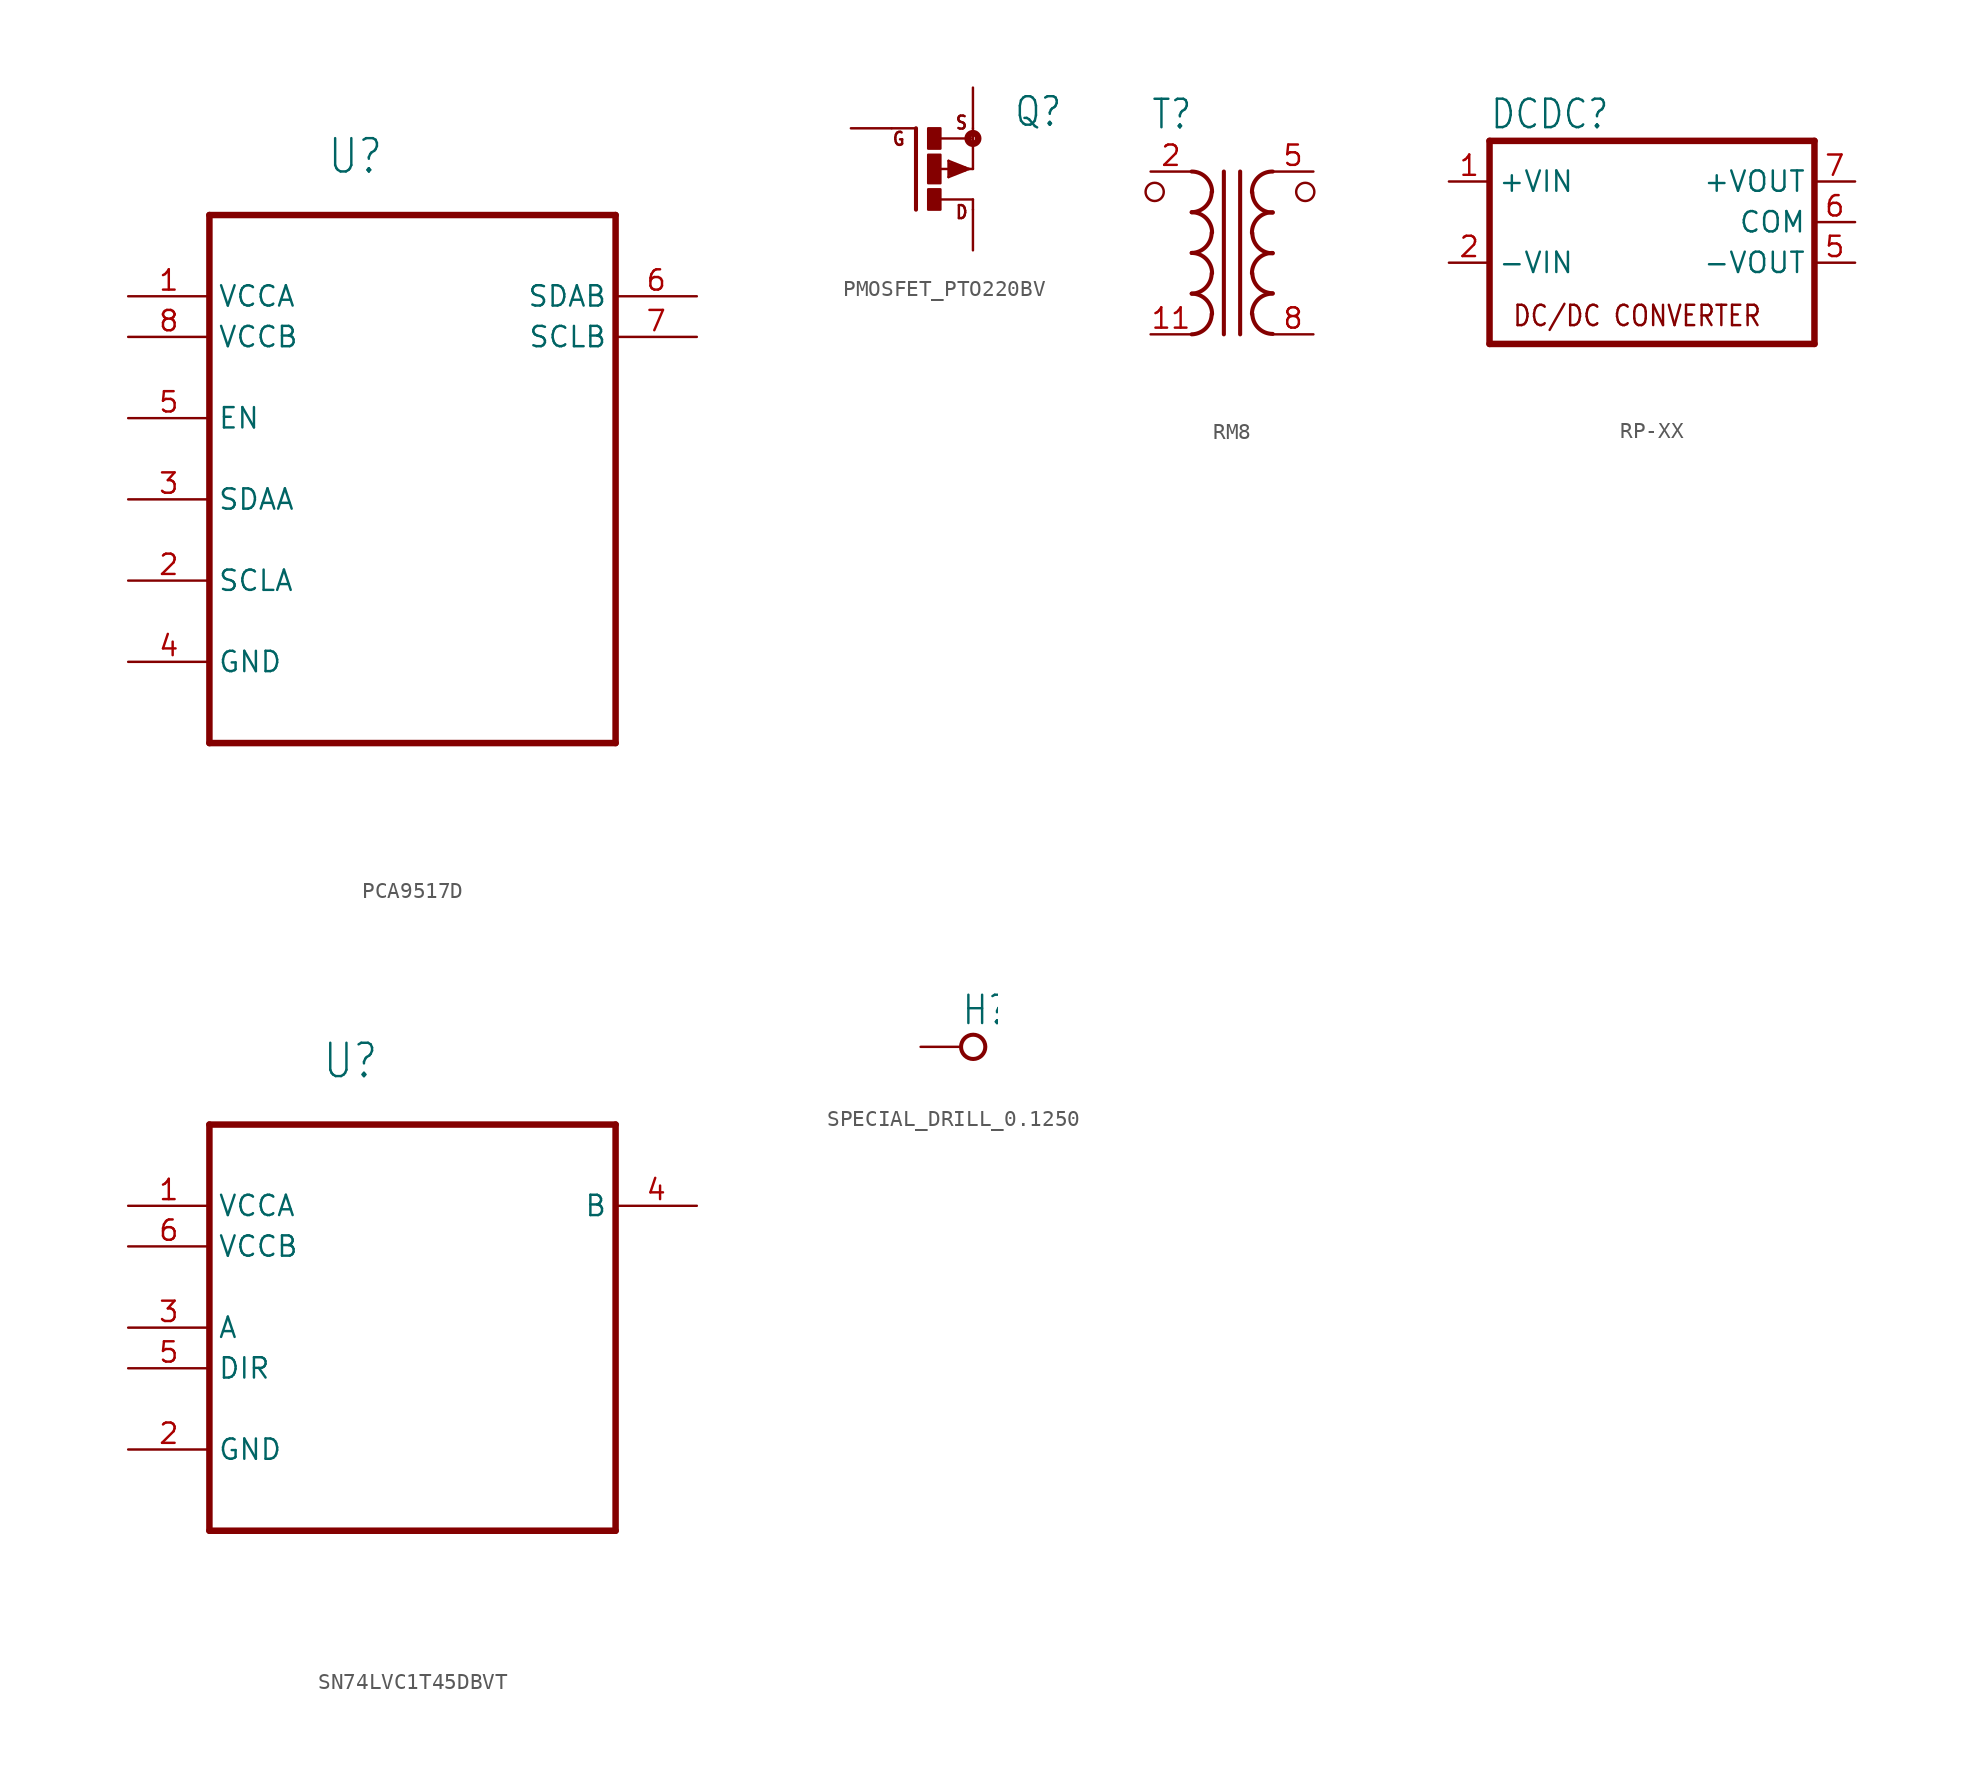
<source format=kicad_sym>
(kicad_symbol_lib
  (version 20231120)
  (generator "kicad_symbol_editor")
  (generator_version "8.0")
  (symbol "PCA9517D"
    (property "Reference" "U"
      (at -5.359 15.164 0)
      (effects (font (size 2.083 1.77)) (justify left bottom)))
    (property "Value" ""
      (at -3.277 -24.282 0)
      (effects (font (size 2.083 1.77)) (justify left bottom)))
    (property "ki_locked" ""
      (at 0 0 0)
      (effects (font (size 1.27 1.27))))
    (symbol "PCA9517D_1_0"
      (polyline (pts (xy -12.7 -20.32) (xy 12.7 -20.32)) (stroke (width 0.406) (type solid)) (fill (type none)))
      (polyline (pts (xy -12.7 12.7) (xy -12.7 -20.32)) (stroke (width 0.406) (type solid)) (fill (type none)))
      (polyline (pts (xy 12.7 -20.32) (xy 12.7 12.7)) (stroke (width 0.406) (type solid)) (fill (type none)))
      (polyline (pts (xy 12.7 12.7) (xy -12.7 12.7)) (stroke (width 0.406) (type solid)) (fill (type none)))
      (pin power_in line (at -17.78 7.62 0) (length 5.08) (name "VCCA" (effects (font (size 1.27 1.27)))) (number "1" (effects (font (size 1.27 1.27)))))
      (pin input line (at -17.78 -10.16 0) (length 5.08) (name "SCLA" (effects (font (size 1.27 1.27)))) (number "2" (effects (font (size 1.27 1.27)))))
      (pin input line (at -17.78 -5.08 0) (length 5.08) (name "SDAA" (effects (font (size 1.27 1.27)))) (number "3" (effects (font (size 1.27 1.27)))))
      (pin passive line (at -17.78 -15.24 0) (length 5.08) (name "GND" (effects (font (size 1.27 1.27)))) (number "4" (effects (font (size 1.27 1.27)))))
      (pin input line (at -17.78 0 0) (length 5.08) (name "EN" (effects (font (size 1.27 1.27)))) (number "5" (effects (font (size 1.27 1.27)))))
      (pin output line (at 17.78 7.62 180) (length 5.08) (name "SDAB" (effects (font (size 1.27 1.27)))) (number "6" (effects (font (size 1.27 1.27)))))
      (pin output line (at 17.78 5.08 180) (length 5.08) (name "SCLB" (effects (font (size 1.27 1.27)))) (number "7" (effects (font (size 1.27 1.27)))))
      (pin power_in line (at -17.78 5.08 0) (length 5.08) (name "VCCB" (effects (font (size 1.27 1.27)))) (number "8" (effects (font (size 1.27 1.27)))))))
  (symbol "PMOSFET_PTO220BV"
    (property "Reference" "Q"
      (at 5.08 2.54 0)
      (effects (font (size 1.778 1.511)) (justify left bottom)))
    (property "Value" ""
      (at 5.08 0 0)
      (effects (font (size 1.778 1.511)) (justify left bottom)))
    (property "ki_locked" ""
      (at 0 0 0)
      (effects (font (size 1.27 1.27))))
    (symbol "PMOSFET_PTO220BV_1_0"
      (rectangle (start -0.254 -2.54) (end 0.508 -1.27) (stroke (width 0) (type default)) (fill (type outline)))
      (rectangle (start -0.254 -0.889) (end 0.508 0.889) (stroke (width 0) (type default)) (fill (type outline)))
      (rectangle (start -0.254 1.27) (end 0.508 2.54) (stroke (width 0) (type default)) (fill (type outline)))
      (polyline (pts (xy -1.016 2.54) (xy -2.54 2.54)) (stroke (width 0.152) (type solid)) (fill (type none)))
      (polyline (pts (xy -1.016 2.54) (xy -1.016 -2.54)) (stroke (width 0.254) (type solid)) (fill (type none)))
      (polyline (pts (xy 1.016 -0.508) (xy 1.016 0.508)) (stroke (width 0.152) (type solid)) (fill (type none)))
      (polyline (pts (xy 1.016 0.508) (xy 2.286 0)) (stroke (width 0.152) (type solid)) (fill (type none)))
      (polyline (pts (xy 1.143 -0.254) (xy 1.143 0)) (stroke (width 0.305) (type solid)) (fill (type none)))
      (polyline (pts (xy 1.143 0) (xy 0.254 0)) (stroke (width 0.152) (type solid)) (fill (type none)))
      (polyline (pts (xy 1.143 0) (xy 1.397 0)) (stroke (width 0.305) (type solid)) (fill (type none)))
      (polyline (pts (xy 1.143 0.254) (xy 2.032 0)) (stroke (width 0.305) (type solid)) (fill (type none)))
      (polyline (pts (xy 2.032 0) (xy 1.143 -0.254)) (stroke (width 0.305) (type solid)) (fill (type none)))
      (polyline (pts (xy 2.235 0) (xy 2.286 0)) (stroke (width 0.152) (type solid)) (fill (type none)))
      (polyline (pts (xy 2.286 0) (xy 1.016 -0.508)) (stroke (width 0.152) (type solid)) (fill (type none)))
      (polyline (pts (xy 2.286 0) (xy 2.54 0)) (stroke (width 0.152) (type solid)) (fill (type none)))
      (polyline (pts (xy 2.54 -2.54) (xy 2.54 -1.905)) (stroke (width 0.152) (type solid)) (fill (type none)))
      (polyline (pts (xy 2.54 -1.905) (xy 0.533 -1.905)) (stroke (width 0.152) (type solid)) (fill (type none)))
      (polyline (pts (xy 2.54 0) (xy 2.54 1.905)) (stroke (width 0.152) (type solid)) (fill (type none)))
      (polyline (pts (xy 2.54 1.905) (xy 0.508 1.905)) (stroke (width 0.152) (type solid)) (fill (type none)))
      (polyline (pts (xy 2.54 2.54) (xy 2.54 1.905)) (stroke (width 0.152) (type solid)) (fill (type none)))
      (circle (center 2.54 1.905) (radius 0.127) (stroke (width 0.406) (type solid)) (fill (type none)))
      (text "D" (at 1.397 -3.175 0) (effects (font (size 0.813 0.691)) (justify left bottom)))
      (text "G" (at -2.54 1.397 0) (effects (font (size 0.813 0.691)) (justify left bottom)))
      (text "S" (at 1.397 2.413 0) (effects (font (size 0.813 0.691)) (justify left bottom)))
      (pin passive line (at 2.54 -5.08 90) (length 2.54) (name "D" (effects (font (size 0 0)))) (number "D" (effects (font (size 0 0)))))
      (pin passive line (at -5.08 2.54 0) (length 2.54) (name "G" (effects (font (size 0 0)))) (number "G" (effects (font (size 0 0)))))
      (pin passive line (at 2.54 5.08 270) (length 2.54) (name "S" (effects (font (size 0 0)))) (number "S" (effects (font (size 0 0)))))))
  (symbol "RM8"
    (property "Reference" "T"
      (at -5.08 7.62 0)
      (effects (font (size 1.778 1.511)) (justify left bottom)))
    (property "Value" ""
      (at -5.08 -8.255 0)
      (effects (font (size 1.778 1.511)) (justify left bottom)))
    (property "ki_locked" ""
      (at 0 0 0)
      (effects (font (size 1.27 1.27))))
    (symbol "RM8_1_0"
      (circle (center -4.826 3.81) (radius 0.568) (stroke (width 0) (type solid)) (fill (type none)))
      (arc (start -2.5146 -5.0797) (mid -1.633 -4.699) (end -1.2697 -3.81) (stroke (width 0.254) (type solid)) (fill (type none)))
      (arc (start -2.5146 -2.5397) (mid -1.633 -2.159) (end -1.2697 -1.27) (stroke (width 0.254) (type solid)) (fill (type none)))
      (arc (start -2.5146 0.0003) (mid -1.633 0.381) (end -1.2699 1.2699) (stroke (width 0.254) (type solid)) (fill (type none)))
      (arc (start -2.5146 2.5403) (mid -1.633 2.921) (end -1.2699 3.8099) (stroke (width 0.254) (type solid)) (fill (type none)))
      (arc (start -1.2446 -3.81) (mid -1.6166 -2.912) (end -2.5146 -2.54) (stroke (width 0.254) (type solid)) (fill (type none)))
      (arc (start -1.2446 -1.27) (mid -1.6166 -0.372) (end -2.5146 0) (stroke (width 0.254) (type solid)) (fill (type none)))
      (arc (start -1.2446 1.27) (mid -1.6166 2.168) (end -2.5146 2.54) (stroke (width 0.254) (type solid)) (fill (type none)))
      (arc (start -1.2446 3.81) (mid -1.6166 4.708) (end -2.5146 5.08) (stroke (width 0.254) (type solid)) (fill (type none)))
      (polyline (pts (xy -0.508 5.08) (xy -0.508 -5.08)) (stroke (width 0.254) (type solid)) (fill (type none)))
      (polyline (pts (xy 0.508 -5.08) (xy 0.508 5.08)) (stroke (width 0.254) (type solid)) (fill (type none)))
      (arc (start 1.27 -3.81) (mid 1.6509 -4.6916) (end 2.5401 -5.0545) (stroke (width 0.254) (type solid)) (fill (type none)))
      (arc (start 1.27 -1.27) (mid 1.6509 -2.1516) (end 2.5401 -2.5145) (stroke (width 0.254) (type solid)) (fill (type none)))
      (arc (start 1.27 1.2446) (mid 1.642 0.3466) (end 2.54 -0.0254) (stroke (width 0.254) (type solid)) (fill (type none)))
      (arc (start 1.27 3.7846) (mid 1.642 2.8866) (end 2.54 2.5146) (stroke (width 0.254) (type solid)) (fill (type none)))
      (arc (start 2.5399 -2.5403) (mid 1.6254 -2.903) (end 1.2443 -3.81) (stroke (width 0.254) (type solid)) (fill (type none)))
      (arc (start 2.5399 -0.0003) (mid 1.6254 -0.363) (end 1.2443 -1.27) (stroke (width 0.254) (type solid)) (fill (type none)))
      (arc (start 2.5399 2.5397) (mid 1.6163 2.1678) (end 1.2446 1.2441) (stroke (width 0.254) (type solid)) (fill (type none)))
      (arc (start 2.5399 5.0797) (mid 1.6163 4.7078) (end 1.2446 3.7841) (stroke (width 0.254) (type solid)) (fill (type none)))
      (circle (center 4.572 3.81) (radius 0.568) (stroke (width 0) (type solid)) (fill (type none)))
      (pin passive line (at -5.08 -5.08 0) (length 2.54) (name "P2" (effects (font (size 0 0)))) (number "11" (effects (font (size 1.27 1.27)))))
      (pin passive line (at -5.08 5.08 0) (length 2.54) (name "P1" (effects (font (size 0 0)))) (number "2" (effects (font (size 1.27 1.27)))))
      (pin passive line (at 5.08 5.08 180) (length 2.54) (name "S1" (effects (font (size 0 0)))) (number "5" (effects (font (size 1.27 1.27)))))
      (pin passive line (at 5.08 -5.08 180) (length 2.54) (name "S2" (effects (font (size 0 0)))) (number "8" (effects (font (size 1.27 1.27)))))))
  (symbol "RP-XX"
    (property "Reference" "DCDC"
      (at -10.16 5.715 0)
      (effects (font (size 1.778 1.511)) (justify left bottom)))
    (property "Value" ""
      (at -10.16 -10.16 0)
      (effects (font (size 1.778 1.511)) (justify left bottom)))
    (property "ki_locked" ""
      (at 0 0 0)
      (effects (font (size 1.27 1.27))))
    (symbol "RP-XX_1_0"
      (polyline (pts (xy -10.16 -7.62) (xy -10.16 5.08)) (stroke (width 0.406) (type solid)) (fill (type none)))
      (polyline (pts (xy -10.16 5.08) (xy 10.16 5.08)) (stroke (width 0.406) (type solid)) (fill (type none)))
      (polyline (pts (xy 10.16 -7.62) (xy -10.16 -7.62)) (stroke (width 0.406) (type solid)) (fill (type none)))
      (polyline (pts (xy 10.16 5.08) (xy 10.16 -7.62)) (stroke (width 0.406) (type solid)) (fill (type none)))
      (text "DC/DC CONVERTER" (at -8.763 -6.604 0) (effects (font (size 1.27 1.079)) (justify left bottom)))
      (pin passive line (at -12.7 2.54 0) (length 2.54) (name "+VIN" (effects (font (size 1.27 1.27)))) (number "1" (effects (font (size 1.27 1.27)))))
      (pin passive line (at -12.7 -2.54 0) (length 2.54) (name "-VIN" (effects (font (size 1.27 1.27)))) (number "2" (effects (font (size 1.27 1.27)))))
      (pin passive line (at 12.7 -2.54 180) (length 2.54) (name "-VOUT" (effects (font (size 1.27 1.27)))) (number "5" (effects (font (size 1.27 1.27)))))
      (pin passive line (at 12.7 0 180) (length 2.54) (name "COM" (effects (font (size 1.27 1.27)))) (number "6" (effects (font (size 1.27 1.27)))))
      (pin passive line (at 12.7 2.54 180) (length 2.54) (name "+VOUT" (effects (font (size 1.27 1.27)))) (number "7" (effects (font (size 1.27 1.27)))))))
  (symbol "SN74LVC1T45DBVT"
    (property "Reference" "U"
      (at -5.664 12.929 0)
      (effects (font (size 2.083 1.77)) (justify left bottom)))
    (property "Value" ""
      (at -4.547 -20.041 0)
      (effects (font (size 2.083 1.77)) (justify left bottom)))
    (property "ki_locked" ""
      (at 0 0 0)
      (effects (font (size 1.27 1.27))))
    (symbol "SN74LVC1T45DBVT_1_0"
      (polyline (pts (xy -12.7 -15.24) (xy 12.7 -15.24)) (stroke (width 0.406) (type solid)) (fill (type none)))
      (polyline (pts (xy -12.7 10.16) (xy -12.7 -15.24)) (stroke (width 0.406) (type solid)) (fill (type none)))
      (polyline (pts (xy 12.7 -15.24) (xy 12.7 10.16)) (stroke (width 0.406) (type solid)) (fill (type none)))
      (polyline (pts (xy 12.7 10.16) (xy -12.7 10.16)) (stroke (width 0.406) (type solid)) (fill (type none)))
      (pin power_in line (at -17.78 5.08 0) (length 5.08) (name "VCCA" (effects (font (size 1.27 1.27)))) (number "1" (effects (font (size 1.27 1.27)))))
      (pin passive line (at -17.78 -10.16 0) (length 5.08) (name "GND" (effects (font (size 1.27 1.27)))) (number "2" (effects (font (size 1.27 1.27)))))
      (pin input line (at -17.78 -2.54 0) (length 5.08) (name "A" (effects (font (size 1.27 1.27)))) (number "3" (effects (font (size 1.27 1.27)))))
      (pin output line (at 17.78 5.08 180) (length 5.08) (name "B" (effects (font (size 1.27 1.27)))) (number "4" (effects (font (size 1.27 1.27)))))
      (pin input line (at -17.78 -5.08 0) (length 5.08) (name "DIR" (effects (font (size 1.27 1.27)))) (number "5" (effects (font (size 1.27 1.27)))))
      (pin power_in line (at -17.78 2.54 0) (length 5.08) (name "VCCB" (effects (font (size 1.27 1.27)))) (number "6" (effects (font (size 1.27 1.27)))))))
  (symbol "SPECIAL_DRILL_0.1250"
    (property "Reference" "H"
      (at 0 1.27 0)
      (effects (font (size 1.778 1.511)) (justify left bottom)))
    (property "Value" ""
      (at 0 -2.794 0)
      (effects (font (size 1.778 1.511)) (justify left bottom)))
    (property "ki_locked" ""
      (at 0 0 0)
      (effects (font (size 1.27 1.27))))
    (symbol "SPECIAL_DRILL_0.1250_1_0"
      (circle (center 0.762 0) (radius 0.762) (stroke (width 0.254) (type solid)) (fill (type none)))
      (pin passive line (at -2.54 0 0) (length 2.54) (name "1" (effects (font (size 0 0)))) (number "1" (effects (font (size 0 0))))))))
</source>
